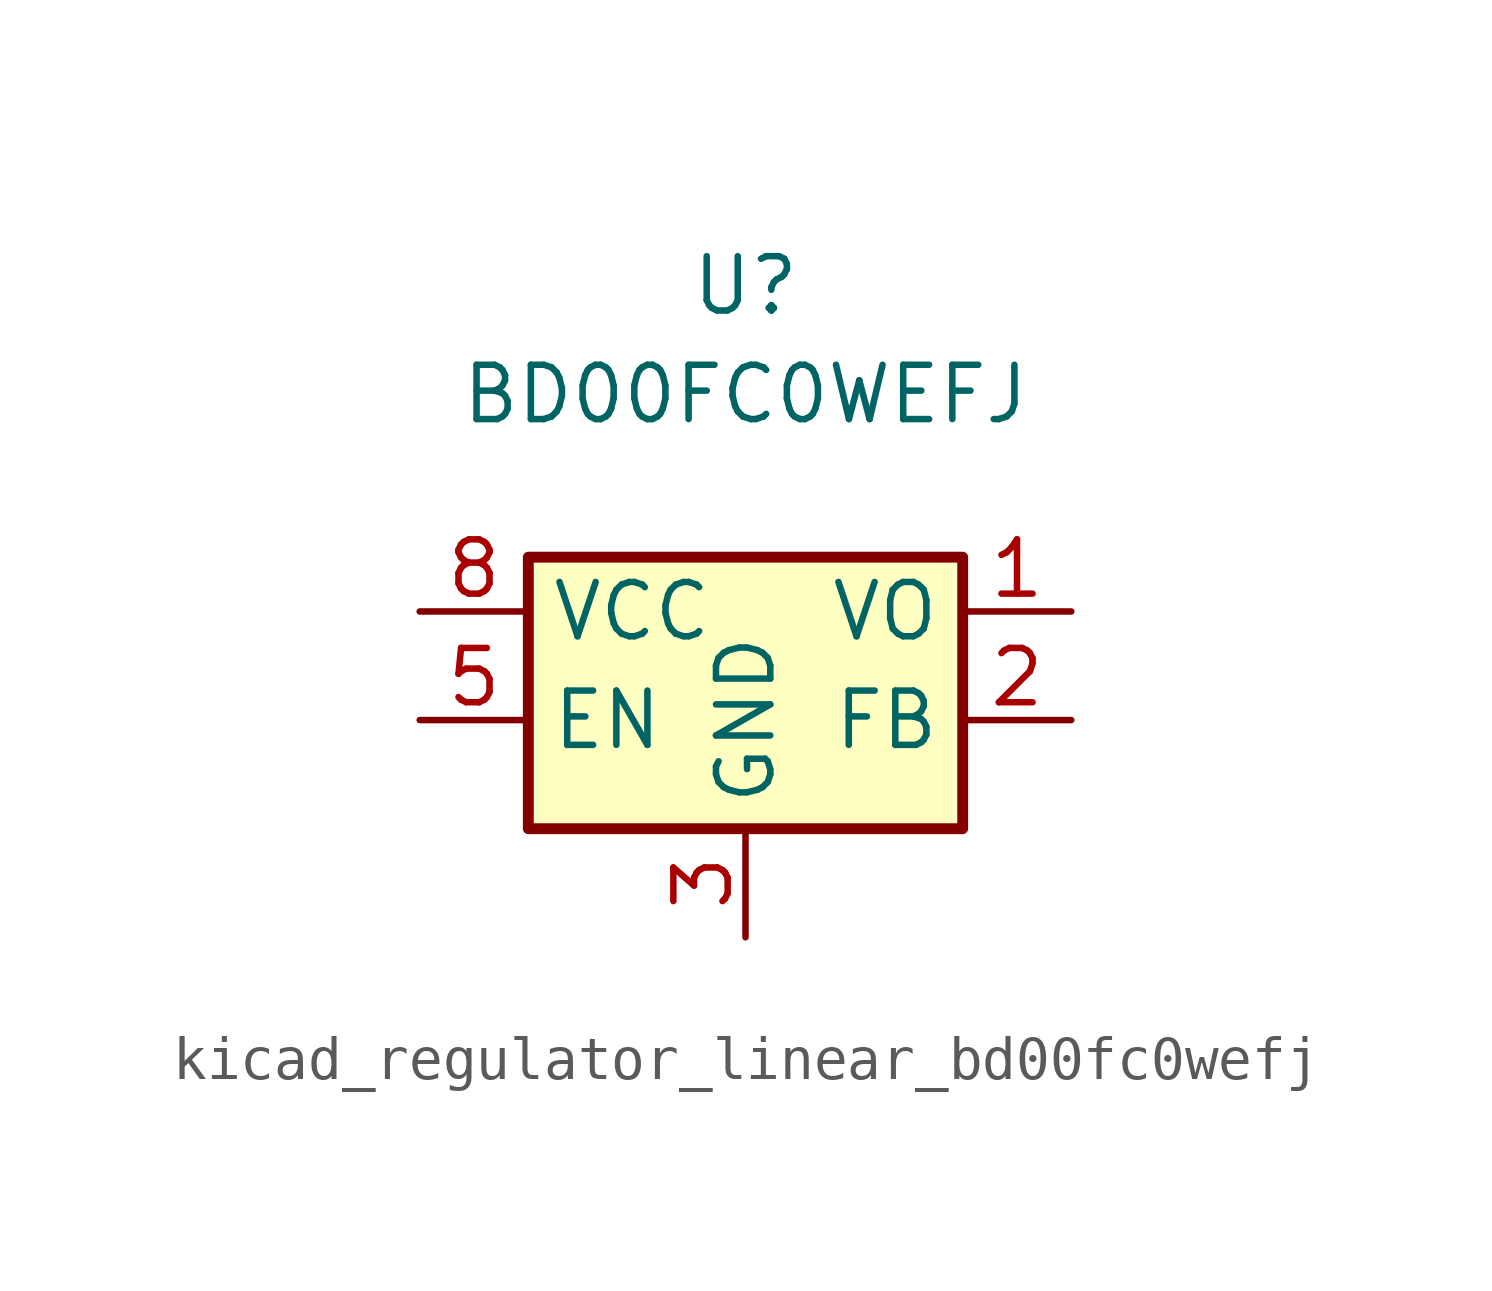
<source format=kicad_sym>
(kicad_symbol_lib
  (version 20220914)
  (generator kicad_symbol_editor)
  (symbol "kicad_regulator_linear_bd00fc0wefj"
    (property "Reference" "U"
      (at 0 7.62 0)
      (effects (font (size 1.27 1.27))))
    (property "Value" "BD00FC0WEFJ"
      (at 0 5.08 0)
      (effects (font (size 1.27 1.27))))
    (symbol "kicad_regulator_linear_bd00fc0wefj_0_1"
      (rectangle (start -5.08 -5.08) (end 5.08 1.27) (stroke (width 0.254) (type default)) (fill (type background))))
    (symbol "kicad_regulator_linear_bd00fc0wefj_1_1"
      (pin power_out line (at 7.62 0 180) (length 2.54) (name "VO" (effects (font (size 1.27 1.27)))) (number "1" (effects (font (size 1.27 1.27)))))
      (pin input line (at 7.62 -2.54 180) (length 2.54) (name "FB" (effects (font (size 1.27 1.27)))) (number "2" (effects (font (size 1.27 1.27)))))
      (pin power_in line (at 0 -7.62 90) (length 2.54) (name "GND" (effects (font (size 1.27 1.27)))) (number "3" (effects (font (size 1.27 1.27)))))
      (pin no_connect line (at -3.81 -5.08 90) (length 2.54) hide (name "NC" (effects (font (size 1.27 1.27)))) (number "4" (effects (font (size 1.27 1.27)))))
      (pin input line (at -7.62 -2.54 0) (length 2.54) (name "EN" (effects (font (size 1.27 1.27)))) (number "5" (effects (font (size 1.27 1.27)))))
      (pin no_connect line (at -2.54 -5.08 90) (length 2.54) hide (name "NC" (effects (font (size 1.27 1.27)))) (number "6" (effects (font (size 1.27 1.27)))))
      (pin no_connect line (at -1.27 -5.08 90) (length 2.54) hide (name "NC" (effects (font (size 1.27 1.27)))) (number "7" (effects (font (size 1.27 1.27)))))
      (pin power_in line (at -7.62 0 0) (length 2.54) (name "VCC" (effects (font (size 1.27 1.27)))) (number "8" (effects (font (size 1.27 1.27)))))
      (pin passive line (at 0 -7.62 90) (length 2.54) hide (name "GND" (effects (font (size 1.27 1.27)))) (number "9" (effects (font (size 1.27 1.27))))))))
</source>
